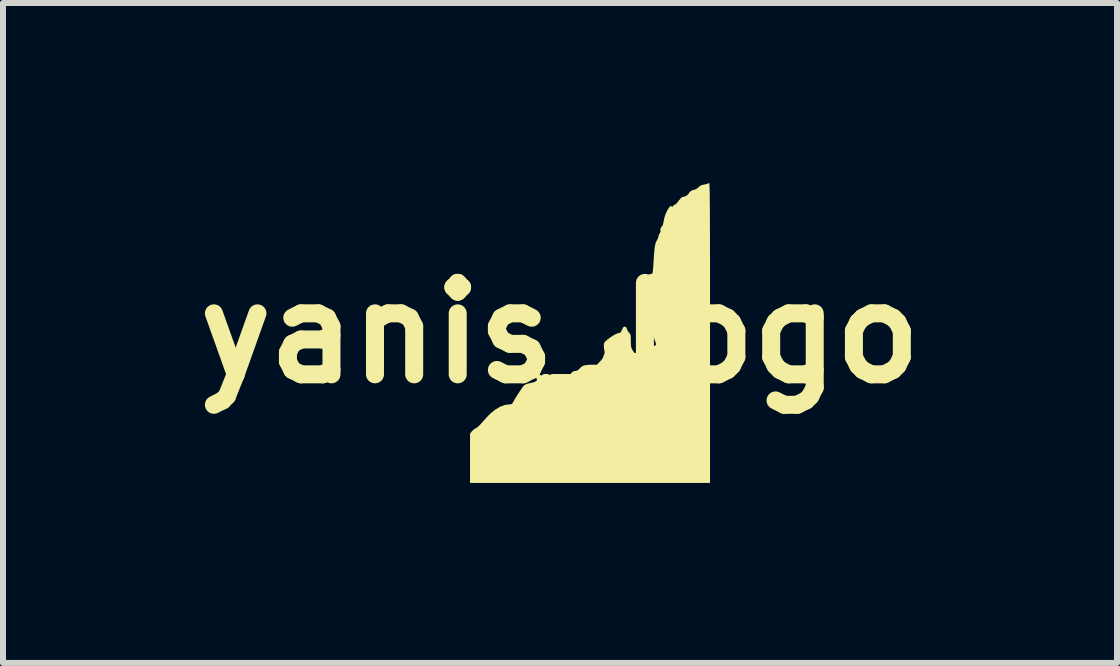
<source format=kicad_pcb>
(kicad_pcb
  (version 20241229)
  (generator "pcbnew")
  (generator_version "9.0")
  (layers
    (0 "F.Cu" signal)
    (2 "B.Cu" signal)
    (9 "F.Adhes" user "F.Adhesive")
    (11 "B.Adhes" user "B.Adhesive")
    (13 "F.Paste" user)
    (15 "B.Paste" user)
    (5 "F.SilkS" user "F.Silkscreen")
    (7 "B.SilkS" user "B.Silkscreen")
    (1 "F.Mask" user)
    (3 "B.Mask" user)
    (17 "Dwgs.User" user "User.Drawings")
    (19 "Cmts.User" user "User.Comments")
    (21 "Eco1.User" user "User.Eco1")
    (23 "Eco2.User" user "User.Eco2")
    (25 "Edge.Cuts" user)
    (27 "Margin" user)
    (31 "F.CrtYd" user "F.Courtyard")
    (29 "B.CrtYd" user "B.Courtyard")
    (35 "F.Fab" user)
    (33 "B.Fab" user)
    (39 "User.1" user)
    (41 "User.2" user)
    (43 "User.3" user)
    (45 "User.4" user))
  (footprint "yanis_logo"
    (layer "F.Cu")
    (at 6.285 2.5)
    (property "Reference" "yanis_logo" (at 0 0 0) (layer "F.SilkS") (effects (font (size 1.524 1.524) (thickness 0.3))))
    (attr board_only exclude_from_pos_files exclude_from_bom)
    (fp_poly (pts (xy 2.487 -2.498) (xy 2.489 -2.492) (xy 2.49 -2.481) (xy 2.491 -2.464) (xy 2.492 -2.441) (xy 2.493 -2.41) (xy 2.494 -2.372) (xy 2.495 -2.326) (xy 2.496 -2.27) (xy 2.496 -2.204) (xy 2.497 -2.128) (xy 2.498 -2.041) (xy 2.498 -1.941) (xy 2.498 -1.829) (xy 2.499 -1.704) (xy 2.499 -1.564) (xy 2.499 -1.41) (xy 2.5 -1.24) (xy 2.5 -1.054) (xy 2.5 -0.851) (xy 2.5 -0.631) (xy 2.5 -0.392) (xy 2.5 -0.135) (xy 2.5 0) (xy 2.5 2.5) (xy -1.5 2.5) (xy -1.5 1.679) (xy -1.474 1.644) (xy -1.448 1.618) (xy -1.419 1.596) (xy -1.413 1.594) (xy -1.395 1.584) (xy -1.378 1.572) (xy -1.358 1.555) (xy -1.334 1.531) (xy -1.303 1.497) (xy -1.262 1.451) (xy -1.24 1.425) (xy -1.16 1.342) (xy -1.079 1.277) (xy -0.998 1.229) (xy -0.918 1.2) (xy -0.839 1.19) (xy -0.838 1.19) (xy -0.811 1.187) (xy -0.795 1.176) (xy -0.784 1.157) (xy -0.765 1.122) (xy -0.739 1.079) (xy -0.71 1.031) (xy -0.679 0.984) (xy -0.65 0.941) (xy -0.625 0.905) (xy -0.607 0.882) (xy -0.603 0.877) (xy -0.58 0.86) (xy -0.549 0.848) (xy -0.505 0.837) (xy -0.494 0.835) (xy -0.449 0.824) (xy -0.414 0.812) (xy -0.396 0.801) (xy -0.386 0.789) (xy -0.384 0.778) (xy -0.39 0.761) (xy -0.405 0.733) (xy -0.405 0.733) (xy -0.421 0.701) (xy -0.428 0.676) (xy -0.427 0.667) (xy -0.413 0.652) (xy -0.391 0.653) (xy -0.365 0.667) (xy -0.352 0.68) (xy -0.328 0.703) (xy -0.31 0.709) (xy -0.293 0.699) (xy -0.29 0.695) (xy -0.271 0.685) (xy -0.237 0.682) (xy -0.235 0.682) (xy -0.203 0.685) (xy -0.179 0.698) (xy -0.16 0.716) (xy -0.131 0.742) (xy -0.1 0.756) (xy -0.06 0.759) (xy -0.027 0.756) (xy 0.013 0.751) (xy 0.06 0.746) (xy 0.088 0.743) (xy 0.123 0.74) (xy 0.143 0.734) (xy 0.156 0.724) (xy 0.166 0.705) (xy 0.17 0.695) (xy 0.196 0.657) (xy 0.233 0.636) (xy 0.275 0.63) (xy 0.296 0.622) (xy 0.321 0.599) (xy 0.327 0.592) (xy 0.354 0.565) (xy 0.386 0.547) (xy 0.427 0.536) (xy 0.481 0.531) (xy 0.526 0.53) (xy 0.614 0.53) (xy 0.667 0.475) (xy 0.693 0.447) (xy 0.711 0.421) (xy 0.72 0.404) (xy 0.72 0.403) (xy 0.725 0.382) (xy 0.735 0.356) (xy 0.745 0.327) (xy 0.741 0.298) (xy 0.74 0.297) (xy 0.734 0.269) (xy 0.731 0.232) (xy 0.73 0.215) (xy 0.731 0.184) (xy 0.737 0.163) (xy 0.752 0.144) (xy 0.774 0.124) (xy 0.825 0.083) (xy 0.876 0.048) (xy 0.925 0.021) (xy 0.966 0.004) (xy 0.992 0) (xy 1.01 -0.009) (xy 1.026 -0.037) (xy 1.026 -0.037) (xy 1.041 -0.073) (xy 1.052 -0.093) (xy 1.065 -0.103) (xy 1.08 -0.105) (xy 1.08 -0.105) (xy 1.098 -0.1) (xy 1.109 -0.083) (xy 1.113 -0.07) (xy 1.126 -0.039) (xy 1.147 -0.009) (xy 1.151 -0.005) (xy 1.164 0.01) (xy 1.172 0.023) (xy 1.177 0.041) (xy 1.179 0.067) (xy 1.18 0.106) (xy 1.18 0.133) (xy 1.181 0.184) (xy 1.184 0.222) (xy 1.191 0.251) (xy 1.204 0.279) (xy 1.225 0.311) (xy 1.237 0.329) (xy 1.248 0.333) (xy 1.273 0.337) (xy 1.306 0.342) (xy 1.373 0.35) (xy 1.424 0.303) (xy 1.458 0.276) (xy 1.497 0.25) (xy 1.536 0.228) (xy 1.569 0.214) (xy 1.587 0.21) (xy 1.598 0.202) (xy 1.598 0.179) (xy 1.587 0.143) (xy 1.581 0.129) (xy 1.569 0.091) (xy 1.56 0.037) (xy 1.555 -0.015) (xy 1.551 -0.065) (xy 1.546 -0.1) (xy 1.538 -0.125) (xy 1.527 -0.146) (xy 1.524 -0.151) (xy 1.506 -0.184) (xy 1.495 -0.22) (xy 1.494 -0.226) (xy 1.487 -0.258) (xy 1.478 -0.285) (xy 1.477 -0.288) (xy 1.471 -0.313) (xy 1.477 -0.329) (xy 1.482 -0.347) (xy 1.486 -0.38) (xy 1.489 -0.421) (xy 1.491 -0.466) (xy 1.491 -0.508) (xy 1.489 -0.543) (xy 1.486 -0.561) (xy 1.483 -0.586) (xy 1.485 -0.62) (xy 1.488 -0.639) (xy 1.492 -0.674) (xy 1.49 -0.696) (xy 1.484 -0.707) (xy 1.473 -0.731) (xy 1.471 -0.756) (xy 1.478 -0.773) (xy 1.48 -0.775) (xy 1.483 -0.787) (xy 1.477 -0.807) (xy 1.464 -0.827) (xy 1.449 -0.842) (xy 1.445 -0.843) (xy 1.435 -0.857) (xy 1.43 -0.884) (xy 1.432 -0.916) (xy 1.44 -0.944) (xy 1.452 -0.963) (xy 1.476 -0.973) (xy 1.489 -0.976) (xy 1.517 -0.983) (xy 1.536 -0.991) (xy 1.539 -0.994) (xy 1.543 -1.008) (xy 1.548 -1.037) (xy 1.552 -1.077) (xy 1.554 -1.105) (xy 1.56 -1.203) (xy 1.565 -1.282) (xy 1.57 -1.347) (xy 1.575 -1.398) (xy 1.58 -1.438) (xy 1.586 -1.469) (xy 1.592 -1.494) (xy 1.6 -1.515) (xy 1.609 -1.534) (xy 1.619 -1.55) (xy 1.632 -1.578) (xy 1.64 -1.604) (xy 1.64 -1.608) (xy 1.646 -1.633) (xy 1.66 -1.658) (xy 1.675 -1.686) (xy 1.674 -1.713) (xy 1.674 -1.738) (xy 1.686 -1.761) (xy 1.693 -1.768) (xy 1.713 -1.799) (xy 1.724 -1.842) (xy 1.725 -1.85) (xy 1.738 -1.916) (xy 1.76 -1.983) (xy 1.788 -2.044) (xy 1.802 -2.067) (xy 1.825 -2.099) (xy 1.842 -2.115) (xy 1.854 -2.116) (xy 1.861 -2.109) (xy 1.869 -2.102) (xy 1.881 -2.111) (xy 1.885 -2.118) (xy 1.902 -2.134) (xy 1.915 -2.14) (xy 1.929 -2.147) (xy 1.948 -2.166) (xy 1.952 -2.17) (xy 1.985 -2.213) (xy 2.009 -2.241) (xy 2.027 -2.259) (xy 2.043 -2.267) (xy 2.058 -2.27) (xy 2.06 -2.27) (xy 2.089 -2.278) (xy 2.12 -2.297) (xy 2.145 -2.322) (xy 2.155 -2.341) (xy 2.169 -2.357) (xy 2.194 -2.373) (xy 2.224 -2.386) (xy 2.249 -2.39) (xy 2.265 -2.396) (xy 2.289 -2.413) (xy 2.307 -2.429) (xy 2.338 -2.454) (xy 2.368 -2.467) (xy 2.404 -2.474) (xy 2.436 -2.48) (xy 2.458 -2.486) (xy 2.465 -2.491) (xy 2.479 -2.499) (xy 2.486 -2.5)) (stroke (width 0) (type solid)) (fill yes) (layer "F.SilkS")))
  (gr_rect
    (start -3 -3)
    (end 15.569 8)
    (stroke (width 0.1) (type default))
    (fill no)
    (layer "Edge.Cuts")))
</source>
